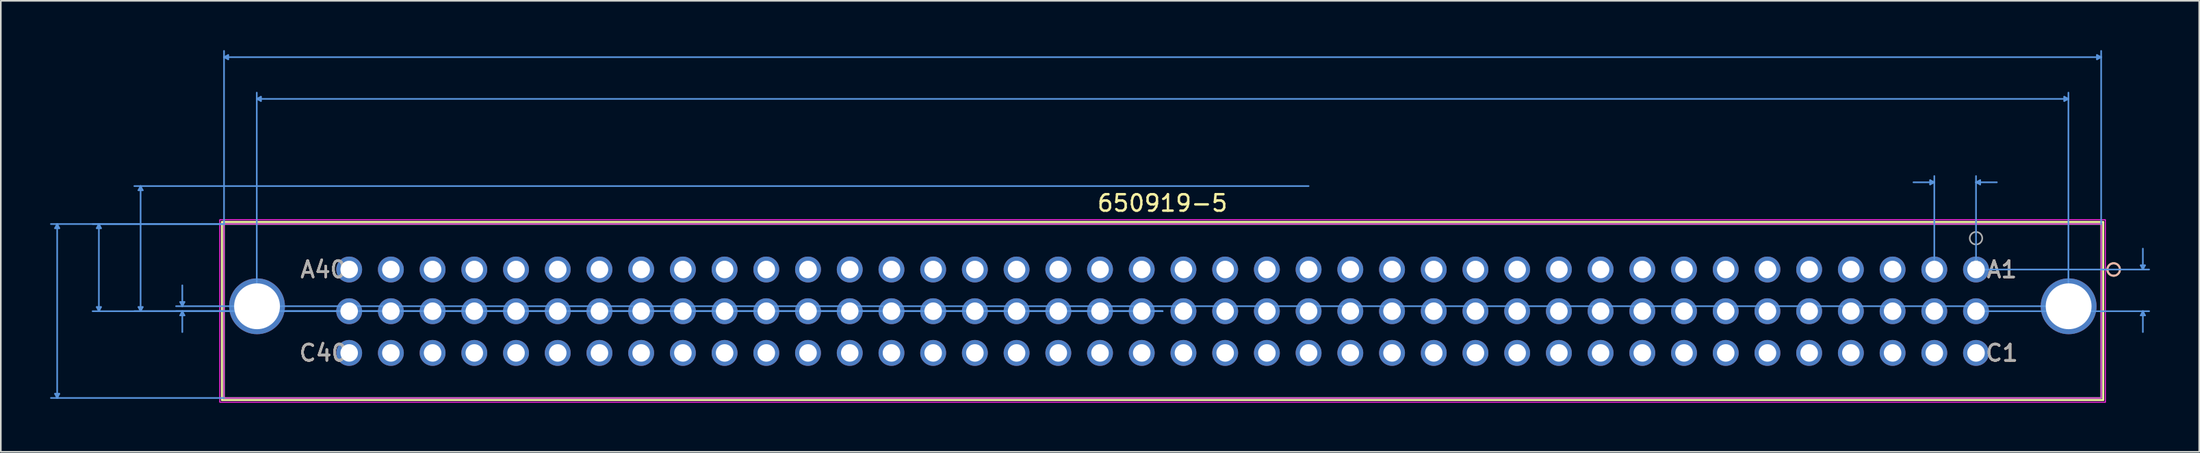
<source format=kicad_pcb>
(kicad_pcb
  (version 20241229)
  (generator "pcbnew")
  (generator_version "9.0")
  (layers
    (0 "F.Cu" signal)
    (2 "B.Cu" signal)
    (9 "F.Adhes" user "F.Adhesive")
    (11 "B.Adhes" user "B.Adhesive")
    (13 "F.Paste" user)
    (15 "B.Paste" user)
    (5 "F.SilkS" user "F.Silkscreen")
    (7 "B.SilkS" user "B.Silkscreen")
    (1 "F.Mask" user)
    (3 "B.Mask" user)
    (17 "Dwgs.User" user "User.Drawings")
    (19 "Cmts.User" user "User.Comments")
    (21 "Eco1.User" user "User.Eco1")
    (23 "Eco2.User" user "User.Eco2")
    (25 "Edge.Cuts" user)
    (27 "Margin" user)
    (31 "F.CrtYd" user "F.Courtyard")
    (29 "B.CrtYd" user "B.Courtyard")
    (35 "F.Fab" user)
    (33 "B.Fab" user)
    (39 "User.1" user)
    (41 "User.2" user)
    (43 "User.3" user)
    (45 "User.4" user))
  (footprint "650919-5"
    (layer "F.Cu")
    (at 18.211 13.36)
    (property "Reference" "650919-5" (at 49.52 -4.04 0) (layer "F.SilkS") (effects (font (size 1 1) (thickness 0.15))))
    (attr through_hole)
    (fp_line (start -7.747 -2.896) (end -7.747 7.95) (stroke (width 0.12) (type solid)) (layer "F.SilkS"))
    (fp_line (start -7.747 7.95) (end 106.807 7.95) (stroke (width 0.12) (type solid)) (layer "F.SilkS"))
    (fp_line (start 106.807 -2.896) (end -7.747 -2.896) (stroke (width 0.12) (type solid)) (layer "F.SilkS"))
    (fp_line (start 106.807 7.95) (end 106.807 -2.896) (stroke (width 0.12) (type solid)) (layer "F.SilkS"))
    (fp_circle (center 107.442 0) (end 107.823 0) (stroke (width 0.12) (type solid)) (fill no) (layer "F.SilkS"))
    (fp_circle (center 107.442 0) (end 107.823 0) (stroke (width 0.12) (type solid)) (fill no) (layer "B.SilkS"))
    (fp_line (start -17.907 -2.515) (end -17.653 -2.515) (stroke (width 0.1) (type solid)) (layer "Cmts.User"))
    (fp_line (start -17.907 7.569) (end -17.653 7.569) (stroke (width 0.1) (type solid)) (layer "Cmts.User"))
    (fp_line (start -17.78 -2.769) (end -17.907 -2.515) (stroke (width 0.1) (type solid)) (layer "Cmts.User"))
    (fp_line (start -17.78 -2.769) (end -17.78 7.823) (stroke (width 0.1) (type solid)) (layer "Cmts.User"))
    (fp_line (start -17.78 -2.769) (end -17.653 -2.515) (stroke (width 0.1) (type solid)) (layer "Cmts.User"))
    (fp_line (start -17.78 7.823) (end -17.907 7.569) (stroke (width 0.1) (type solid)) (layer "Cmts.User"))
    (fp_line (start -17.78 7.823) (end -17.653 7.569) (stroke (width 0.1) (type solid)) (layer "Cmts.User"))
    (fp_line (start -15.367 -2.515) (end -15.113 -2.515) (stroke (width 0.1) (type solid)) (layer "Cmts.User"))
    (fp_line (start -15.367 2.286) (end -15.113 2.286) (stroke (width 0.1) (type solid)) (layer "Cmts.User"))
    (fp_line (start -15.24 -2.769) (end -15.367 -2.515) (stroke (width 0.1) (type solid)) (layer "Cmts.User"))
    (fp_line (start -15.24 -2.769) (end -15.24 2.54) (stroke (width 0.1) (type solid)) (layer "Cmts.User"))
    (fp_line (start -15.24 -2.769) (end -15.113 -2.515) (stroke (width 0.1) (type solid)) (layer "Cmts.User"))
    (fp_line (start -15.24 2.54) (end -15.367 2.286) (stroke (width 0.1) (type solid)) (layer "Cmts.User"))
    (fp_line (start -15.24 2.54) (end -15.113 2.286) (stroke (width 0.1) (type solid)) (layer "Cmts.User"))
    (fp_line (start -12.827 -4.826) (end -12.573 -4.826) (stroke (width 0.1) (type solid)) (layer "Cmts.User"))
    (fp_line (start -12.827 2.286) (end -12.573 2.286) (stroke (width 0.1) (type solid)) (layer "Cmts.User"))
    (fp_line (start -12.7 -5.08) (end -12.827 -4.826) (stroke (width 0.1) (type solid)) (layer "Cmts.User"))
    (fp_line (start -12.7 -5.08) (end -12.7 2.54) (stroke (width 0.1) (type solid)) (layer "Cmts.User"))
    (fp_line (start -12.7 -5.08) (end -12.573 -4.826) (stroke (width 0.1) (type solid)) (layer "Cmts.User"))
    (fp_line (start -12.7 2.54) (end -12.827 2.286) (stroke (width 0.1) (type solid)) (layer "Cmts.User"))
    (fp_line (start -12.7 2.54) (end -12.573 2.286) (stroke (width 0.1) (type solid)) (layer "Cmts.User"))
    (fp_line (start -10.287 1.981) (end -10.033 1.981) (stroke (width 0.1) (type solid)) (layer "Cmts.User"))
    (fp_line (start -10.287 2.794) (end -10.033 2.794) (stroke (width 0.1) (type solid)) (layer "Cmts.User"))
    (fp_line (start -10.16 2.235) (end -10.287 1.981) (stroke (width 0.1) (type solid)) (layer "Cmts.User"))
    (fp_line (start -10.16 2.235) (end -10.16 0.965) (stroke (width 0.1) (type solid)) (layer "Cmts.User"))
    (fp_line (start -10.16 2.235) (end -10.033 1.981) (stroke (width 0.1) (type solid)) (layer "Cmts.User"))
    (fp_line (start -10.16 2.54) (end -10.287 2.794) (stroke (width 0.1) (type solid)) (layer "Cmts.User"))
    (fp_line (start -10.16 2.54) (end -10.16 3.81) (stroke (width 0.1) (type solid)) (layer "Cmts.User"))
    (fp_line (start -10.16 2.54) (end -10.033 2.794) (stroke (width 0.1) (type solid)) (layer "Cmts.User"))
    (fp_line (start -7.62 -12.929) (end -7.366 -13.056) (stroke (width 0.1) (type solid)) (layer "Cmts.User"))
    (fp_line (start -7.62 -12.929) (end -7.366 -12.802) (stroke (width 0.1) (type solid)) (layer "Cmts.User"))
    (fp_line (start -7.62 -12.929) (end 106.68 -12.929) (stroke (width 0.1) (type solid)) (layer "Cmts.User"))
    (fp_line (start -7.62 -2.769) (end -18.161 -2.769) (stroke (width 0.1) (type solid)) (layer "Cmts.User"))
    (fp_line (start -7.62 -2.769) (end -15.621 -2.769) (stroke (width 0.1) (type solid)) (layer "Cmts.User"))
    (fp_line (start -7.62 -2.769) (end -7.62 -13.31) (stroke (width 0.1) (type solid)) (layer "Cmts.User"))
    (fp_line (start -7.62 7.823) (end -18.161 7.823) (stroke (width 0.1) (type solid)) (layer "Cmts.User"))
    (fp_line (start -7.366 -13.056) (end -7.366 -12.802) (stroke (width 0.1) (type solid)) (layer "Cmts.User"))
    (fp_line (start -5.626 -10.389) (end -5.372 -10.516) (stroke (width 0.1) (type solid)) (layer "Cmts.User"))
    (fp_line (start -5.626 -10.389) (end -5.372 -10.262) (stroke (width 0.1) (type solid)) (layer "Cmts.User"))
    (fp_line (start -5.626 -10.389) (end 104.686 -10.389) (stroke (width 0.1) (type solid)) (layer "Cmts.User"))
    (fp_line (start -5.626 2.235) (end -5.626 -10.77) (stroke (width 0.1) (type solid)) (layer "Cmts.User"))
    (fp_line (start -5.372 -10.516) (end -5.372 -10.262) (stroke (width 0.1) (type solid)) (layer "Cmts.User"))
    (fp_line (start 49.53 2.54) (end -15.621 2.54) (stroke (width 0.1) (type solid)) (layer "Cmts.User"))
    (fp_line (start 49.53 2.54) (end -13.081 2.54) (stroke (width 0.1) (type solid)) (layer "Cmts.User"))
    (fp_line (start 49.53 2.54) (end -10.541 2.54) (stroke (width 0.1) (type solid)) (layer "Cmts.User"))
    (fp_line (start 58.42 -5.08) (end -13.081 -5.08) (stroke (width 0.1) (type solid)) (layer "Cmts.User"))
    (fp_line (start 96.266 -5.436) (end 96.266 -5.182) (stroke (width 0.1) (type solid)) (layer "Cmts.User"))
    (fp_line (start 96.52 -5.309) (end 95.25 -5.309) (stroke (width 0.1) (type solid)) (layer "Cmts.User"))
    (fp_line (start 96.52 -5.309) (end 96.266 -5.436) (stroke (width 0.1) (type solid)) (layer "Cmts.User"))
    (fp_line (start 96.52 -5.309) (end 96.266 -5.182) (stroke (width 0.1) (type solid)) (layer "Cmts.User"))
    (fp_line (start 96.52 0) (end 96.52 -5.69) (stroke (width 0.1) (type solid)) (layer "Cmts.User"))
    (fp_line (start 99.06 -5.309) (end 99.314 -5.436) (stroke (width 0.1) (type solid)) (layer "Cmts.User"))
    (fp_line (start 99.06 -5.309) (end 99.314 -5.182) (stroke (width 0.1) (type solid)) (layer "Cmts.User"))
    (fp_line (start 99.06 -5.309) (end 100.33 -5.309) (stroke (width 0.1) (type solid)) (layer "Cmts.User"))
    (fp_line (start 99.06 0) (end 99.06 -5.69) (stroke (width 0.1) (type solid)) (layer "Cmts.User"))
    (fp_line (start 99.06 0) (end 109.601 0) (stroke (width 0.1) (type solid)) (layer "Cmts.User"))
    (fp_line (start 99.06 2.54) (end 109.601 2.54) (stroke (width 0.1) (type solid)) (layer "Cmts.User"))
    (fp_line (start 99.314 -5.436) (end 99.314 -5.182) (stroke (width 0.1) (type solid)) (layer "Cmts.User"))
    (fp_line (start 104.432 -10.516) (end 104.432 -10.262) (stroke (width 0.1) (type solid)) (layer "Cmts.User"))
    (fp_line (start 104.686 -10.389) (end 104.432 -10.516) (stroke (width 0.1) (type solid)) (layer "Cmts.User"))
    (fp_line (start 104.686 -10.389) (end 104.432 -10.262) (stroke (width 0.1) (type solid)) (layer "Cmts.User"))
    (fp_line (start 104.686 2.235) (end -10.541 2.235) (stroke (width 0.1) (type solid)) (layer "Cmts.User"))
    (fp_line (start 104.686 2.235) (end 104.686 -10.77) (stroke (width 0.1) (type solid)) (layer "Cmts.User"))
    (fp_line (start 106.426 -13.056) (end 106.426 -12.802) (stroke (width 0.1) (type solid)) (layer "Cmts.User"))
    (fp_line (start 106.68 -12.929) (end 106.426 -13.056) (stroke (width 0.1) (type solid)) (layer "Cmts.User"))
    (fp_line (start 106.68 -12.929) (end 106.426 -12.802) (stroke (width 0.1) (type solid)) (layer "Cmts.User"))
    (fp_line (start 106.68 -2.769) (end 106.68 -13.31) (stroke (width 0.1) (type solid)) (layer "Cmts.User"))
    (fp_line (start 109.093 -0.254) (end 109.347 -0.254) (stroke (width 0.1) (type solid)) (layer "Cmts.User"))
    (fp_line (start 109.093 2.794) (end 109.347 2.794) (stroke (width 0.1) (type solid)) (layer "Cmts.User"))
    (fp_line (start 109.22 0) (end 109.093 -0.254) (stroke (width 0.1) (type solid)) (layer "Cmts.User"))
    (fp_line (start 109.22 0) (end 109.22 -1.27) (stroke (width 0.1) (type solid)) (layer "Cmts.User"))
    (fp_line (start 109.22 0) (end 109.347 -0.254) (stroke (width 0.1) (type solid)) (layer "Cmts.User"))
    (fp_line (start 109.22 2.54) (end 109.093 2.794) (stroke (width 0.1) (type solid)) (layer "Cmts.User"))
    (fp_line (start 109.22 2.54) (end 109.22 3.81) (stroke (width 0.1) (type solid)) (layer "Cmts.User"))
    (fp_line (start 109.22 2.54) (end 109.347 2.794) (stroke (width 0.1) (type solid)) (layer "Cmts.User"))
    (fp_line (start -7.874 -3.023) (end -7.874 8.077) (stroke (width 0.05) (type solid)) (layer "F.CrtYd"))
    (fp_line (start -7.874 -3.023) (end -7.874 8.077) (stroke (width 0.05) (type solid)) (layer "F.CrtYd"))
    (fp_line (start -7.874 8.077) (end 106.934 8.077) (stroke (width 0.05) (type solid)) (layer "F.CrtYd"))
    (fp_line (start -7.874 8.077) (end 106.934 8.077) (stroke (width 0.05) (type solid)) (layer "F.CrtYd"))
    (fp_line (start -7.62 -2.769) (end -7.62 7.823) (stroke (width 0.05) (type solid)) (layer "F.CrtYd"))
    (fp_line (start -7.62 7.823) (end 106.68 7.823) (stroke (width 0.05) (type solid)) (layer "F.CrtYd"))
    (fp_line (start 106.68 -2.769) (end -7.62 -2.769) (stroke (width 0.05) (type solid)) (layer "F.CrtYd"))
    (fp_line (start 106.68 7.823) (end 106.68 -2.769) (stroke (width 0.05) (type solid)) (layer "F.CrtYd"))
    (fp_line (start 106.934 -3.023) (end -7.874 -3.023) (stroke (width 0.05) (type solid)) (layer "F.CrtYd"))
    (fp_line (start 106.934 -3.023) (end -7.874 -3.023) (stroke (width 0.05) (type solid)) (layer "F.CrtYd"))
    (fp_line (start 106.934 8.077) (end 106.934 -3.023) (stroke (width 0.05) (type solid)) (layer "F.CrtYd"))
    (fp_line (start 106.934 8.077) (end 106.934 -3.023) (stroke (width 0.05) (type solid)) (layer "F.CrtYd"))
    (fp_line (start -7.62 -2.769) (end -7.62 7.823) (stroke (width 0.1) (type solid)) (layer "F.Fab"))
    (fp_line (start -7.62 7.823) (end 106.68 7.823) (stroke (width 0.1) (type solid)) (layer "F.Fab"))
    (fp_line (start 106.68 -2.769) (end -7.62 -2.769) (stroke (width 0.1) (type solid)) (layer "F.Fab"))
    (fp_line (start 106.68 7.823) (end 106.68 -2.769) (stroke (width 0.1) (type solid)) (layer "F.Fab"))
    (fp_circle (center 99.06 -1.905) (end 99.441 -1.905) (stroke (width 0.1) (type solid)) (fill no) (layer "F.Fab"))
    (fp_text user "C1" (at 100.635 5.08 0) (layer "F.SilkS") (effects (font (size 1 1) (thickness 0.15))))
    (fp_text user "A40" (at -1.575 0 0) (layer "F.SilkS") (effects (font (size 1 1) (thickness 0.15))))
    (fp_text user "*" (at 99.06 0 0) (layer "F.SilkS") (effects (font (size 1 1) (thickness 0.15))))
    (fp_text user "A1" (at 100.635 0 0) (layer "F.SilkS") (effects (font (size 1 1) (thickness 0.15))))
    (fp_text user "C40" (at -1.575 5.08 0) (layer "F.SilkS") (effects (font (size 1 1) (thickness 0.15))))
    (fp_text user "C40" (at -1.575 5.08 0) (layer "B.SilkS") (effects (font (size 1 1) (thickness 0.15))))
    (fp_text user "A40" (at -1.575 0 0) (layer "B.SilkS") (effects (font (size 1 1) (thickness 0.15))))
    (fp_text user "A1" (at 100.635 0 0) (layer "B.SilkS") (effects (font (size 1 1) (thickness 0.15))))
    (fp_text user "C1" (at 100.635 5.08 0) (layer "B.SilkS") (effects (font (size 1 1) (thickness 0.15))))
    (fp_text user "Copyright 2021 Accelerated Designs. All rights reserved." (at 99.06 0 0) (layer "Cmts.User") (effects (font (size 0.127 0.127) (thickness 0.002))))
    (fp_text user "A1" (at 100.635 0 0) (layer "F.Fab") (effects (font (size 1 1) (thickness 0.15))))
    (fp_text user "C1" (at 100.635 5.08 0) (layer "F.Fab") (effects (font (size 1 1) (thickness 0.15))))
    (fp_text user "C40" (at -1.575 5.08 0) (layer "F.Fab") (effects (font (size 1 1) (thickness 0.15))))
    (fp_text user "A40" (at -1.575 0 0) (layer "F.Fab") (effects (font (size 1 1) (thickness 0.15))))
    (fp_text user "*" (at 99.06 0 0) (layer "F.Fab") (effects (font (size 1 1) (thickness 0.15))))
    (pad "121" thru_hole circle (at -5.61 2.24) (size 3.4 3.4) (drill 2.79) (layers "*.Cu" "*.Mask"))
    (pad "122" thru_hole circle (at 104.7 2.24) (size 3.4 3.4) (drill 2.79) (layers "*.Cu" "*.Mask"))
    (pad "A1" thru_hole circle (at 99.06 0) (size 1.575 1.575) (drill 1.067) (layers "*.Cu" "*.Mask"))
    (pad "A2" thru_hole circle (at 96.52 0) (size 1.575 1.575) (drill 1.067) (layers "*.Cu" "*.Mask"))
    (pad "A3" thru_hole circle (at 93.98 0) (size 1.575 1.575) (drill 1.067) (layers "*.Cu" "*.Mask"))
    (pad "A4" thru_hole circle (at 91.44 0) (size 1.575 1.575) (drill 1.067) (layers "*.Cu" "*.Mask"))
    (pad "A5" thru_hole circle (at 88.9 0) (size 1.575 1.575) (drill 1.067) (layers "*.Cu" "*.Mask"))
    (pad "A6" thru_hole circle (at 86.36 0) (size 1.575 1.575) (drill 1.067) (layers "*.Cu" "*.Mask"))
    (pad "A7" thru_hole circle (at 83.82 0) (size 1.575 1.575) (drill 1.067) (layers "*.Cu" "*.Mask"))
    (pad "A8" thru_hole circle (at 81.28 0) (size 1.575 1.575) (drill 1.067) (layers "*.Cu" "*.Mask"))
    (pad "A9" thru_hole circle (at 78.74 0) (size 1.575 1.575) (drill 1.067) (layers "*.Cu" "*.Mask"))
    (pad "A10" thru_hole circle (at 76.2 0) (size 1.575 1.575) (drill 1.067) (layers "*.Cu" "*.Mask"))
    (pad "A11" thru_hole circle (at 73.66 0) (size 1.575 1.575) (drill 1.067) (layers "*.Cu" "*.Mask"))
    (pad "A12" thru_hole circle (at 71.12 0) (size 1.575 1.575) (drill 1.067) (layers "*.Cu" "*.Mask"))
    (pad "A13" thru_hole circle (at 68.58 0) (size 1.575 1.575) (drill 1.067) (layers "*.Cu" "*.Mask"))
    (pad "A14" thru_hole circle (at 66.04 0) (size 1.575 1.575) (drill 1.067) (layers "*.Cu" "*.Mask"))
    (pad "A15" thru_hole circle (at 63.5 0) (size 1.575 1.575) (drill 1.067) (layers "*.Cu" "*.Mask"))
    (pad "A16" thru_hole circle (at 60.96 0) (size 1.575 1.575) (drill 1.067) (layers "*.Cu" "*.Mask"))
    (pad "A17" thru_hole circle (at 58.42 0) (size 1.575 1.575) (drill 1.067) (layers "*.Cu" "*.Mask"))
    (pad "A18" thru_hole circle (at 55.88 0) (size 1.575 1.575) (drill 1.067) (layers "*.Cu" "*.Mask"))
    (pad "A19" thru_hole circle (at 53.34 0) (size 1.575 1.575) (drill 1.067) (layers "*.Cu" "*.Mask"))
    (pad "A20" thru_hole circle (at 50.8 0) (size 1.575 1.575) (drill 1.067) (layers "*.Cu" "*.Mask"))
    (pad "A21" thru_hole circle (at 48.26 0) (size 1.575 1.575) (drill 1.067) (layers "*.Cu" "*.Mask"))
    (pad "A22" thru_hole circle (at 45.72 0) (size 1.575 1.575) (drill 1.067) (layers "*.Cu" "*.Mask"))
    (pad "A23" thru_hole circle (at 43.18 0) (size 1.575 1.575) (drill 1.067) (layers "*.Cu" "*.Mask"))
    (pad "A24" thru_hole circle (at 40.64 0) (size 1.575 1.575) (drill 1.067) (layers "*.Cu" "*.Mask"))
    (pad "A25" thru_hole circle (at 38.1 0) (size 1.575 1.575) (drill 1.067) (layers "*.Cu" "*.Mask"))
    (pad "A26" thru_hole circle (at 35.56 0) (size 1.575 1.575) (drill 1.067) (layers "*.Cu" "*.Mask"))
    (pad "A27" thru_hole circle (at 33.02 0) (size 1.575 1.575) (drill 1.067) (layers "*.Cu" "*.Mask"))
    (pad "A28" thru_hole circle (at 30.48 0) (size 1.575 1.575) (drill 1.067) (layers "*.Cu" "*.Mask"))
    (pad "A29" thru_hole circle (at 27.94 0) (size 1.575 1.575) (drill 1.067) (layers "*.Cu" "*.Mask"))
    (pad "A30" thru_hole circle (at 25.4 0) (size 1.575 1.575) (drill 1.067) (layers "*.Cu" "*.Mask"))
    (pad "A31" thru_hole circle (at 22.86 0) (size 1.575 1.575) (drill 1.067) (layers "*.Cu" "*.Mask"))
    (pad "A32" thru_hole circle (at 20.32 0) (size 1.575 1.575) (drill 1.067) (layers "*.Cu" "*.Mask"))
    (pad "A33" thru_hole circle (at 17.78 0) (size 1.575 1.575) (drill 1.067) (layers "*.Cu" "*.Mask"))
    (pad "A34" thru_hole circle (at 15.24 0) (size 1.575 1.575) (drill 1.067) (layers "*.Cu" "*.Mask"))
    (pad "A35" thru_hole circle (at 12.7 0) (size 1.575 1.575) (drill 1.067) (layers "*.Cu" "*.Mask"))
    (pad "A36" thru_hole circle (at 10.16 0) (size 1.575 1.575) (drill 1.067) (layers "*.Cu" "*.Mask"))
    (pad "A37" thru_hole circle (at 7.62 0) (size 1.575 1.575) (drill 1.067) (layers "*.Cu" "*.Mask"))
    (pad "A38" thru_hole circle (at 5.08 0) (size 1.575 1.575) (drill 1.067) (layers "*.Cu" "*.Mask"))
    (pad "A39" thru_hole circle (at 2.54 0) (size 1.575 1.575) (drill 1.067) (layers "*.Cu" "*.Mask"))
    (pad "A40" thru_hole circle (at 0 0) (size 1.575 1.575) (drill 1.067) (layers "*.Cu" "*.Mask"))
    (pad "B1" thru_hole circle (at 99.06 2.54) (size 1.575 1.575) (drill 1.067) (layers "*.Cu" "*.Mask"))
    (pad "B2" thru_hole circle (at 96.52 2.54) (size 1.575 1.575) (drill 1.067) (layers "*.Cu" "*.Mask"))
    (pad "B3" thru_hole circle (at 93.98 2.54) (size 1.575 1.575) (drill 1.067) (layers "*.Cu" "*.Mask"))
    (pad "B4" thru_hole circle (at 91.44 2.54) (size 1.575 1.575) (drill 1.067) (layers "*.Cu" "*.Mask"))
    (pad "B5" thru_hole circle (at 88.9 2.54) (size 1.575 1.575) (drill 1.067) (layers "*.Cu" "*.Mask"))
    (pad "B6" thru_hole circle (at 86.36 2.54) (size 1.575 1.575) (drill 1.067) (layers "*.Cu" "*.Mask"))
    (pad "B7" thru_hole circle (at 83.82 2.54) (size 1.575 1.575) (drill 1.067) (layers "*.Cu" "*.Mask"))
    (pad "B8" thru_hole circle (at 81.28 2.54) (size 1.575 1.575) (drill 1.067) (layers "*.Cu" "*.Mask"))
    (pad "B9" thru_hole circle (at 78.74 2.54) (size 1.575 1.575) (drill 1.067) (layers "*.Cu" "*.Mask"))
    (pad "B10" thru_hole circle (at 76.2 2.54) (size 1.575 1.575) (drill 1.067) (layers "*.Cu" "*.Mask"))
    (pad "B11" thru_hole circle (at 73.66 2.54) (size 1.575 1.575) (drill 1.067) (layers "*.Cu" "*.Mask"))
    (pad "B12" thru_hole circle (at 71.12 2.54) (size 1.575 1.575) (drill 1.067) (layers "*.Cu" "*.Mask"))
    (pad "B13" thru_hole circle (at 68.58 2.54) (size 1.575 1.575) (drill 1.067) (layers "*.Cu" "*.Mask"))
    (pad "B14" thru_hole circle (at 66.04 2.54) (size 1.575 1.575) (drill 1.067) (layers "*.Cu" "*.Mask"))
    (pad "B15" thru_hole circle (at 63.5 2.54) (size 1.575 1.575) (drill 1.067) (layers "*.Cu" "*.Mask"))
    (pad "B16" thru_hole circle (at 60.96 2.54) (size 1.575 1.575) (drill 1.067) (layers "*.Cu" "*.Mask"))
    (pad "B17" thru_hole circle (at 58.42 2.54) (size 1.575 1.575) (drill 1.067) (layers "*.Cu" "*.Mask"))
    (pad "B18" thru_hole circle (at 55.88 2.54) (size 1.575 1.575) (drill 1.067) (layers "*.Cu" "*.Mask"))
    (pad "B19" thru_hole circle (at 53.34 2.54) (size 1.575 1.575) (drill 1.067) (layers "*.Cu" "*.Mask"))
    (pad "B20" thru_hole circle (at 50.8 2.54) (size 1.575 1.575) (drill 1.067) (layers "*.Cu" "*.Mask"))
    (pad "B21" thru_hole circle (at 48.26 2.54) (size 1.575 1.575) (drill 1.067) (layers "*.Cu" "*.Mask"))
    (pad "B22" thru_hole circle (at 45.72 2.54) (size 1.575 1.575) (drill 1.067) (layers "*.Cu" "*.Mask"))
    (pad "B23" thru_hole circle (at 43.18 2.54) (size 1.575 1.575) (drill 1.067) (layers "*.Cu" "*.Mask"))
    (pad "B24" thru_hole circle (at 40.64 2.54) (size 1.575 1.575) (drill 1.067) (layers "*.Cu" "*.Mask"))
    (pad "B25" thru_hole circle (at 38.1 2.54) (size 1.575 1.575) (drill 1.067) (layers "*.Cu" "*.Mask"))
    (pad "B26" thru_hole circle (at 35.56 2.54) (size 1.575 1.575) (drill 1.067) (layers "*.Cu" "*.Mask"))
    (pad "B27" thru_hole circle (at 33.02 2.54) (size 1.575 1.575) (drill 1.067) (layers "*.Cu" "*.Mask"))
    (pad "B28" thru_hole circle (at 30.48 2.54) (size 1.575 1.575) (drill 1.067) (layers "*.Cu" "*.Mask"))
    (pad "B29" thru_hole circle (at 27.94 2.54) (size 1.575 1.575) (drill 1.067) (layers "*.Cu" "*.Mask"))
    (pad "B30" thru_hole circle (at 25.4 2.54) (size 1.575 1.575) (drill 1.067) (layers "*.Cu" "*.Mask"))
    (pad "B31" thru_hole circle (at 22.86 2.54) (size 1.575 1.575) (drill 1.067) (layers "*.Cu" "*.Mask"))
    (pad "B32" thru_hole circle (at 20.32 2.54) (size 1.575 1.575) (drill 1.067) (layers "*.Cu" "*.Mask"))
    (pad "B33" thru_hole circle (at 17.78 2.54) (size 1.575 1.575) (drill 1.067) (layers "*.Cu" "*.Mask"))
    (pad "B34" thru_hole circle (at 15.24 2.54) (size 1.575 1.575) (drill 1.067) (layers "*.Cu" "*.Mask"))
    (pad "B35" thru_hole circle (at 12.7 2.54) (size 1.575 1.575) (drill 1.067) (layers "*.Cu" "*.Mask"))
    (pad "B36" thru_hole circle (at 10.16 2.54) (size 1.575 1.575) (drill 1.067) (layers "*.Cu" "*.Mask"))
    (pad "B37" thru_hole circle (at 7.62 2.54) (size 1.575 1.575) (drill 1.067) (layers "*.Cu" "*.Mask"))
    (pad "B38" thru_hole circle (at 5.08 2.54) (size 1.575 1.575) (drill 1.067) (layers "*.Cu" "*.Mask"))
    (pad "B39" thru_hole circle (at 2.54 2.54) (size 1.575 1.575) (drill 1.067) (layers "*.Cu" "*.Mask"))
    (pad "B40" thru_hole circle (at 0 2.54) (size 1.575 1.575) (drill 1.067) (layers "*.Cu" "*.Mask"))
    (pad "C1" thru_hole circle (at 99.06 5.08) (size 1.575 1.575) (drill 1.067) (layers "*.Cu" "*.Mask"))
    (pad "C2" thru_hole circle (at 96.52 5.08) (size 1.575 1.575) (drill 1.067) (layers "*.Cu" "*.Mask"))
    (pad "C3" thru_hole circle (at 93.98 5.08) (size 1.575 1.575) (drill 1.067) (layers "*.Cu" "*.Mask"))
    (pad "C4" thru_hole circle (at 91.44 5.08) (size 1.575 1.575) (drill 1.067) (layers "*.Cu" "*.Mask"))
    (pad "C5" thru_hole circle (at 88.9 5.08) (size 1.575 1.575) (drill 1.067) (layers "*.Cu" "*.Mask"))
    (pad "C6" thru_hole circle (at 86.36 5.08) (size 1.575 1.575) (drill 1.067) (layers "*.Cu" "*.Mask"))
    (pad "C7" thru_hole circle (at 83.82 5.08) (size 1.575 1.575) (drill 1.067) (layers "*.Cu" "*.Mask"))
    (pad "C8" thru_hole circle (at 81.28 5.08) (size 1.575 1.575) (drill 1.067) (layers "*.Cu" "*.Mask"))
    (pad "C9" thru_hole circle (at 78.74 5.08) (size 1.575 1.575) (drill 1.067) (layers "*.Cu" "*.Mask"))
    (pad "C10" thru_hole circle (at 76.2 5.08) (size 1.575 1.575) (drill 1.067) (layers "*.Cu" "*.Mask"))
    (pad "C11" thru_hole circle (at 73.66 5.08) (size 1.575 1.575) (drill 1.067) (layers "*.Cu" "*.Mask"))
    (pad "C12" thru_hole circle (at 71.12 5.08) (size 1.575 1.575) (drill 1.067) (layers "*.Cu" "*.Mask"))
    (pad "C13" thru_hole circle (at 68.58 5.08) (size 1.575 1.575) (drill 1.067) (layers "*.Cu" "*.Mask"))
    (pad "C14" thru_hole circle (at 66.04 5.08) (size 1.575 1.575) (drill 1.067) (layers "*.Cu" "*.Mask"))
    (pad "C15" thru_hole circle (at 63.5 5.08) (size 1.575 1.575) (drill 1.067) (layers "*.Cu" "*.Mask"))
    (pad "C16" thru_hole circle (at 60.96 5.08) (size 1.575 1.575) (drill 1.067) (layers "*.Cu" "*.Mask"))
    (pad "C17" thru_hole circle (at 58.42 5.08) (size 1.575 1.575) (drill 1.067) (layers "*.Cu" "*.Mask"))
    (pad "C18" thru_hole circle (at 55.88 5.08) (size 1.575 1.575) (drill 1.067) (layers "*.Cu" "*.Mask"))
    (pad "C19" thru_hole circle (at 53.34 5.08) (size 1.575 1.575) (drill 1.067) (layers "*.Cu" "*.Mask"))
    (pad "C20" thru_hole circle (at 50.8 5.08) (size 1.575 1.575) (drill 1.067) (layers "*.Cu" "*.Mask"))
    (pad "C21" thru_hole circle (at 48.26 5.08) (size 1.575 1.575) (drill 1.067) (layers "*.Cu" "*.Mask"))
    (pad "C22" thru_hole circle (at 45.72 5.08) (size 1.575 1.575) (drill 1.067) (layers "*.Cu" "*.Mask"))
    (pad "C23" thru_hole circle (at 43.18 5.08) (size 1.575 1.575) (drill 1.067) (layers "*.Cu" "*.Mask"))
    (pad "C24" thru_hole circle (at 40.64 5.08) (size 1.575 1.575) (drill 1.067) (layers "*.Cu" "*.Mask"))
    (pad "C25" thru_hole circle (at 38.1 5.08) (size 1.575 1.575) (drill 1.067) (layers "*.Cu" "*.Mask"))
    (pad "C26" thru_hole circle (at 35.56 5.08) (size 1.575 1.575) (drill 1.067) (layers "*.Cu" "*.Mask"))
    (pad "C27" thru_hole circle (at 33.02 5.08) (size 1.575 1.575) (drill 1.067) (layers "*.Cu" "*.Mask"))
    (pad "C28" thru_hole circle (at 30.48 5.08) (size 1.575 1.575) (drill 1.067) (layers "*.Cu" "*.Mask"))
    (pad "C29" thru_hole circle (at 27.94 5.08) (size 1.575 1.575) (drill 1.067) (layers "*.Cu" "*.Mask"))
    (pad "C30" thru_hole circle (at 25.4 5.08) (size 1.575 1.575) (drill 1.067) (layers "*.Cu" "*.Mask"))
    (pad "C31" thru_hole circle (at 22.86 5.08) (size 1.575 1.575) (drill 1.067) (layers "*.Cu" "*.Mask"))
    (pad "C32" thru_hole circle (at 20.32 5.08) (size 1.575 1.575) (drill 1.067) (layers "*.Cu" "*.Mask"))
    (pad "C33" thru_hole circle (at 17.78 5.08) (size 1.575 1.575) (drill 1.067) (layers "*.Cu" "*.Mask"))
    (pad "C34" thru_hole circle (at 15.24 5.08) (size 1.575 1.575) (drill 1.067) (layers "*.Cu" "*.Mask"))
    (pad "C35" thru_hole circle (at 12.7 5.08) (size 1.575 1.575) (drill 1.067) (layers "*.Cu" "*.Mask"))
    (pad "C36" thru_hole circle (at 10.16 5.08) (size 1.575 1.575) (drill 1.067) (layers "*.Cu" "*.Mask"))
    (pad "C37" thru_hole circle (at 7.62 5.08) (size 1.575 1.575) (drill 1.067) (layers "*.Cu" "*.Mask"))
    (pad "C38" thru_hole circle (at 5.08 5.08) (size 1.575 1.575) (drill 1.067) (layers "*.Cu" "*.Mask"))
    (pad "C39" thru_hole circle (at 2.54 5.08) (size 1.575 1.575) (drill 1.067) (layers "*.Cu" "*.Mask"))
    (pad "C40" thru_hole circle (at 0 5.08) (size 1.575 1.575) (drill 1.067) (layers "*.Cu" "*.Mask")))
  (gr_rect
    (start -3 -3)
    (end 130.862 24.462)
    (stroke (width 0.1) (type default))
    (fill no)
    (layer "Edge.Cuts")))
</source>
